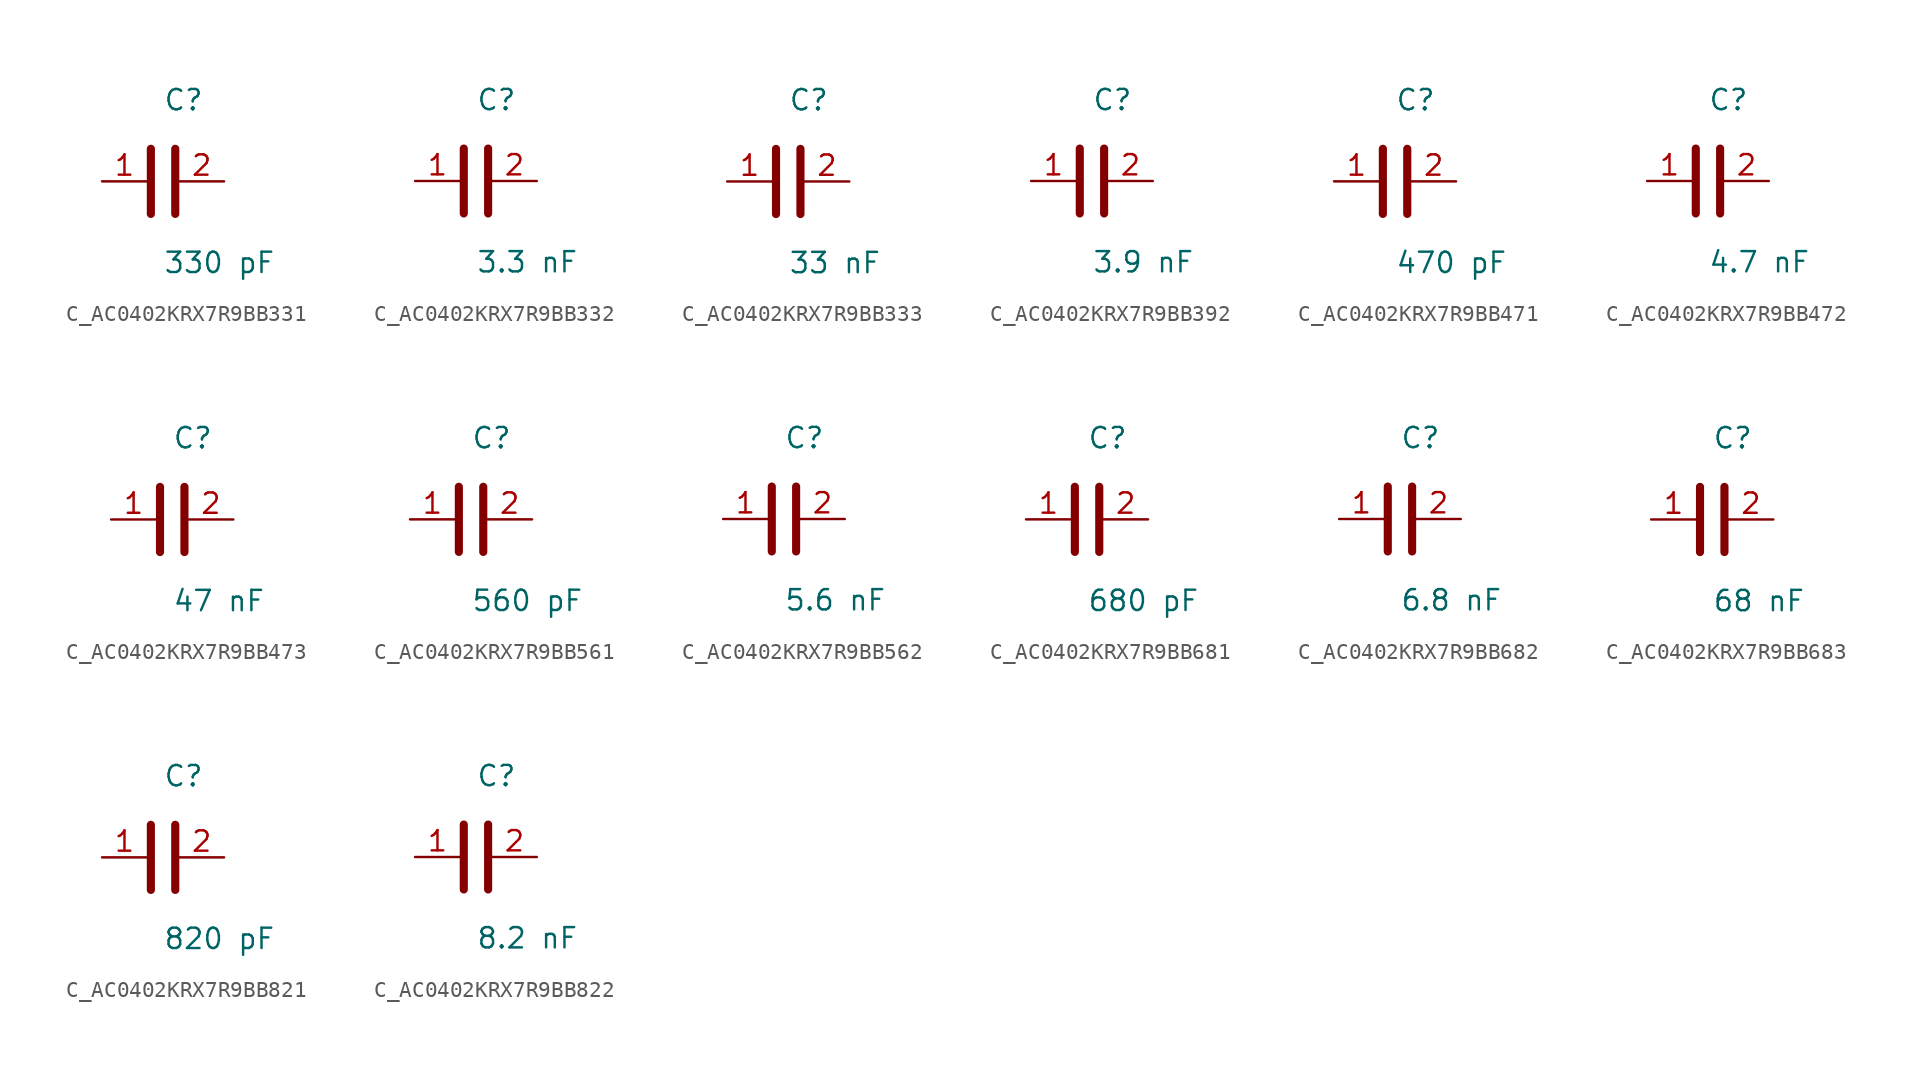
<source format=kicad_sym>
(kicad_symbol_lib
  (version 20231120)
  (generator kicad_symbol_editor)
  (generator_version 8.0)
  (symbol "C_AC0402KRX7R9BB331"
    (pin_names
      (offset 0.254))
    (property "Reference" "C"
      (at 0.0 5.08 0)
      (effects (font (size 1.27 1.27)) (justify left)))
    (property "Value" "330 pF"
      (at 0.0 -5.08 0)
      (effects (font (size 1.27 1.27)) (justify left)))
    (symbol "C_AC0402KRX7R9BB331_0_1"
      (polyline (pts (xy -0.762 -2.032) (xy -0.762 2.032)) (stroke (width 0.508) (type default)) (fill (type none)))
      (polyline (pts (xy 0.762 -2.032) (xy 0.762 2.032)) (stroke (width 0.508) (type default)) (fill (type none))))
    (pin unspecified line
      (at -3.81 0 0)
      (length 2.8)
      (name "" (effects (font (size 1.27 1.27))))
      (number "1" (effects (font (size 1.27 1.27)))))
    (pin unspecified line
      (at 3.81 0 180)
      (length 2.8)
      (name "" (effects (font (size 1.27 1.27))))
      (number "2" (effects (font (size 1.27 1.27))))))
  (symbol "C_AC0402KRX7R9BB332"
    (pin_names
      (offset 0.254))
    (property "Reference" "C"
      (at 0.0 5.08 0)
      (effects (font (size 1.27 1.27)) (justify left)))
    (property "Value" "3.3 nF"
      (at 0.0 -5.08 0)
      (effects (font (size 1.27 1.27)) (justify left)))
    (symbol "C_AC0402KRX7R9BB332_0_1"
      (polyline (pts (xy -0.762 -2.032) (xy -0.762 2.032)) (stroke (width 0.508) (type default)) (fill (type none)))
      (polyline (pts (xy 0.762 -2.032) (xy 0.762 2.032)) (stroke (width 0.508) (type default)) (fill (type none))))
    (pin unspecified line
      (at -3.81 0 0)
      (length 2.8)
      (name "" (effects (font (size 1.27 1.27))))
      (number "1" (effects (font (size 1.27 1.27)))))
    (pin unspecified line
      (at 3.81 0 180)
      (length 2.8)
      (name "" (effects (font (size 1.27 1.27))))
      (number "2" (effects (font (size 1.27 1.27))))))
  (symbol "C_AC0402KRX7R9BB333"
    (pin_names
      (offset 0.254))
    (property "Reference" "C"
      (at 0.0 5.08 0)
      (effects (font (size 1.27 1.27)) (justify left)))
    (property "Value" "33 nF"
      (at 0.0 -5.08 0)
      (effects (font (size 1.27 1.27)) (justify left)))
    (symbol "C_AC0402KRX7R9BB333_0_1"
      (polyline (pts (xy -0.762 -2.032) (xy -0.762 2.032)) (stroke (width 0.508) (type default)) (fill (type none)))
      (polyline (pts (xy 0.762 -2.032) (xy 0.762 2.032)) (stroke (width 0.508) (type default)) (fill (type none))))
    (pin unspecified line
      (at -3.81 0 0)
      (length 2.8)
      (name "" (effects (font (size 1.27 1.27))))
      (number "1" (effects (font (size 1.27 1.27)))))
    (pin unspecified line
      (at 3.81 0 180)
      (length 2.8)
      (name "" (effects (font (size 1.27 1.27))))
      (number "2" (effects (font (size 1.27 1.27))))))
  (symbol "C_AC0402KRX7R9BB392"
    (pin_names
      (offset 0.254))
    (property "Reference" "C"
      (at 0.0 5.08 0)
      (effects (font (size 1.27 1.27)) (justify left)))
    (property "Value" "3.9 nF"
      (at 0.0 -5.08 0)
      (effects (font (size 1.27 1.27)) (justify left)))
    (symbol "C_AC0402KRX7R9BB392_0_1"
      (polyline (pts (xy -0.762 -2.032) (xy -0.762 2.032)) (stroke (width 0.508) (type default)) (fill (type none)))
      (polyline (pts (xy 0.762 -2.032) (xy 0.762 2.032)) (stroke (width 0.508) (type default)) (fill (type none))))
    (pin unspecified line
      (at -3.81 0 0)
      (length 2.8)
      (name "" (effects (font (size 1.27 1.27))))
      (number "1" (effects (font (size 1.27 1.27)))))
    (pin unspecified line
      (at 3.81 0 180)
      (length 2.8)
      (name "" (effects (font (size 1.27 1.27))))
      (number "2" (effects (font (size 1.27 1.27))))))
  (symbol "C_AC0402KRX7R9BB471"
    (pin_names
      (offset 0.254))
    (property "Reference" "C"
      (at 0.0 5.08 0)
      (effects (font (size 1.27 1.27)) (justify left)))
    (property "Value" "470 pF"
      (at 0.0 -5.08 0)
      (effects (font (size 1.27 1.27)) (justify left)))
    (symbol "C_AC0402KRX7R9BB471_0_1"
      (polyline (pts (xy -0.762 -2.032) (xy -0.762 2.032)) (stroke (width 0.508) (type default)) (fill (type none)))
      (polyline (pts (xy 0.762 -2.032) (xy 0.762 2.032)) (stroke (width 0.508) (type default)) (fill (type none))))
    (pin unspecified line
      (at -3.81 0 0)
      (length 2.8)
      (name "" (effects (font (size 1.27 1.27))))
      (number "1" (effects (font (size 1.27 1.27)))))
    (pin unspecified line
      (at 3.81 0 180)
      (length 2.8)
      (name "" (effects (font (size 1.27 1.27))))
      (number "2" (effects (font (size 1.27 1.27))))))
  (symbol "C_AC0402KRX7R9BB472"
    (pin_names
      (offset 0.254))
    (property "Reference" "C"
      (at 0.0 5.08 0)
      (effects (font (size 1.27 1.27)) (justify left)))
    (property "Value" "4.7 nF"
      (at 0.0 -5.08 0)
      (effects (font (size 1.27 1.27)) (justify left)))
    (symbol "C_AC0402KRX7R9BB472_0_1"
      (polyline (pts (xy -0.762 -2.032) (xy -0.762 2.032)) (stroke (width 0.508) (type default)) (fill (type none)))
      (polyline (pts (xy 0.762 -2.032) (xy 0.762 2.032)) (stroke (width 0.508) (type default)) (fill (type none))))
    (pin unspecified line
      (at -3.81 0 0)
      (length 2.8)
      (name "" (effects (font (size 1.27 1.27))))
      (number "1" (effects (font (size 1.27 1.27)))))
    (pin unspecified line
      (at 3.81 0 180)
      (length 2.8)
      (name "" (effects (font (size 1.27 1.27))))
      (number "2" (effects (font (size 1.27 1.27))))))
  (symbol "C_AC0402KRX7R9BB473"
    (pin_names
      (offset 0.254))
    (property "Reference" "C"
      (at 0.0 5.08 0)
      (effects (font (size 1.27 1.27)) (justify left)))
    (property "Value" "47 nF"
      (at 0.0 -5.08 0)
      (effects (font (size 1.27 1.27)) (justify left)))
    (symbol "C_AC0402KRX7R9BB473_0_1"
      (polyline (pts (xy -0.762 -2.032) (xy -0.762 2.032)) (stroke (width 0.508) (type default)) (fill (type none)))
      (polyline (pts (xy 0.762 -2.032) (xy 0.762 2.032)) (stroke (width 0.508) (type default)) (fill (type none))))
    (pin unspecified line
      (at -3.81 0 0)
      (length 2.8)
      (name "" (effects (font (size 1.27 1.27))))
      (number "1" (effects (font (size 1.27 1.27)))))
    (pin unspecified line
      (at 3.81 0 180)
      (length 2.8)
      (name "" (effects (font (size 1.27 1.27))))
      (number "2" (effects (font (size 1.27 1.27))))))
  (symbol "C_AC0402KRX7R9BB561"
    (pin_names
      (offset 0.254))
    (property "Reference" "C"
      (at 0.0 5.08 0)
      (effects (font (size 1.27 1.27)) (justify left)))
    (property "Value" "560 pF"
      (at 0.0 -5.08 0)
      (effects (font (size 1.27 1.27)) (justify left)))
    (symbol "C_AC0402KRX7R9BB561_0_1"
      (polyline (pts (xy -0.762 -2.032) (xy -0.762 2.032)) (stroke (width 0.508) (type default)) (fill (type none)))
      (polyline (pts (xy 0.762 -2.032) (xy 0.762 2.032)) (stroke (width 0.508) (type default)) (fill (type none))))
    (pin unspecified line
      (at -3.81 0 0)
      (length 2.8)
      (name "" (effects (font (size 1.27 1.27))))
      (number "1" (effects (font (size 1.27 1.27)))))
    (pin unspecified line
      (at 3.81 0 180)
      (length 2.8)
      (name "" (effects (font (size 1.27 1.27))))
      (number "2" (effects (font (size 1.27 1.27))))))
  (symbol "C_AC0402KRX7R9BB562"
    (pin_names
      (offset 0.254))
    (property "Reference" "C"
      (at 0.0 5.08 0)
      (effects (font (size 1.27 1.27)) (justify left)))
    (property "Value" "5.6 nF"
      (at 0.0 -5.08 0)
      (effects (font (size 1.27 1.27)) (justify left)))
    (symbol "C_AC0402KRX7R9BB562_0_1"
      (polyline (pts (xy -0.762 -2.032) (xy -0.762 2.032)) (stroke (width 0.508) (type default)) (fill (type none)))
      (polyline (pts (xy 0.762 -2.032) (xy 0.762 2.032)) (stroke (width 0.508) (type default)) (fill (type none))))
    (pin unspecified line
      (at -3.81 0 0)
      (length 2.8)
      (name "" (effects (font (size 1.27 1.27))))
      (number "1" (effects (font (size 1.27 1.27)))))
    (pin unspecified line
      (at 3.81 0 180)
      (length 2.8)
      (name "" (effects (font (size 1.27 1.27))))
      (number "2" (effects (font (size 1.27 1.27))))))
  (symbol "C_AC0402KRX7R9BB681"
    (pin_names
      (offset 0.254))
    (property "Reference" "C"
      (at 0.0 5.08 0)
      (effects (font (size 1.27 1.27)) (justify left)))
    (property "Value" "680 pF"
      (at 0.0 -5.08 0)
      (effects (font (size 1.27 1.27)) (justify left)))
    (symbol "C_AC0402KRX7R9BB681_0_1"
      (polyline (pts (xy -0.762 -2.032) (xy -0.762 2.032)) (stroke (width 0.508) (type default)) (fill (type none)))
      (polyline (pts (xy 0.762 -2.032) (xy 0.762 2.032)) (stroke (width 0.508) (type default)) (fill (type none))))
    (pin unspecified line
      (at -3.81 0 0)
      (length 2.8)
      (name "" (effects (font (size 1.27 1.27))))
      (number "1" (effects (font (size 1.27 1.27)))))
    (pin unspecified line
      (at 3.81 0 180)
      (length 2.8)
      (name "" (effects (font (size 1.27 1.27))))
      (number "2" (effects (font (size 1.27 1.27))))))
  (symbol "C_AC0402KRX7R9BB682"
    (pin_names
      (offset 0.254))
    (property "Reference" "C"
      (at 0.0 5.08 0)
      (effects (font (size 1.27 1.27)) (justify left)))
    (property "Value" "6.8 nF"
      (at 0.0 -5.08 0)
      (effects (font (size 1.27 1.27)) (justify left)))
    (symbol "C_AC0402KRX7R9BB682_0_1"
      (polyline (pts (xy -0.762 -2.032) (xy -0.762 2.032)) (stroke (width 0.508) (type default)) (fill (type none)))
      (polyline (pts (xy 0.762 -2.032) (xy 0.762 2.032)) (stroke (width 0.508) (type default)) (fill (type none))))
    (pin unspecified line
      (at -3.81 0 0)
      (length 2.8)
      (name "" (effects (font (size 1.27 1.27))))
      (number "1" (effects (font (size 1.27 1.27)))))
    (pin unspecified line
      (at 3.81 0 180)
      (length 2.8)
      (name "" (effects (font (size 1.27 1.27))))
      (number "2" (effects (font (size 1.27 1.27))))))
  (symbol "C_AC0402KRX7R9BB683"
    (pin_names
      (offset 0.254))
    (property "Reference" "C"
      (at 0.0 5.08 0)
      (effects (font (size 1.27 1.27)) (justify left)))
    (property "Value" "68 nF"
      (at 0.0 -5.08 0)
      (effects (font (size 1.27 1.27)) (justify left)))
    (symbol "C_AC0402KRX7R9BB683_0_1"
      (polyline (pts (xy -0.762 -2.032) (xy -0.762 2.032)) (stroke (width 0.508) (type default)) (fill (type none)))
      (polyline (pts (xy 0.762 -2.032) (xy 0.762 2.032)) (stroke (width 0.508) (type default)) (fill (type none))))
    (pin unspecified line
      (at -3.81 0 0)
      (length 2.8)
      (name "" (effects (font (size 1.27 1.27))))
      (number "1" (effects (font (size 1.27 1.27)))))
    (pin unspecified line
      (at 3.81 0 180)
      (length 2.8)
      (name "" (effects (font (size 1.27 1.27))))
      (number "2" (effects (font (size 1.27 1.27))))))
  (symbol "C_AC0402KRX7R9BB821"
    (pin_names
      (offset 0.254))
    (property "Reference" "C"
      (at 0.0 5.08 0)
      (effects (font (size 1.27 1.27)) (justify left)))
    (property "Value" "820 pF"
      (at 0.0 -5.08 0)
      (effects (font (size 1.27 1.27)) (justify left)))
    (symbol "C_AC0402KRX7R9BB821_0_1"
      (polyline (pts (xy -0.762 -2.032) (xy -0.762 2.032)) (stroke (width 0.508) (type default)) (fill (type none)))
      (polyline (pts (xy 0.762 -2.032) (xy 0.762 2.032)) (stroke (width 0.508) (type default)) (fill (type none))))
    (pin unspecified line
      (at -3.81 0 0)
      (length 2.8)
      (name "" (effects (font (size 1.27 1.27))))
      (number "1" (effects (font (size 1.27 1.27)))))
    (pin unspecified line
      (at 3.81 0 180)
      (length 2.8)
      (name "" (effects (font (size 1.27 1.27))))
      (number "2" (effects (font (size 1.27 1.27))))))
  (symbol "C_AC0402KRX7R9BB822"
    (pin_names
      (offset 0.254))
    (property "Reference" "C"
      (at 0.0 5.08 0)
      (effects (font (size 1.27 1.27)) (justify left)))
    (property "Value" "8.2 nF"
      (at 0.0 -5.08 0)
      (effects (font (size 1.27 1.27)) (justify left)))
    (symbol "C_AC0402KRX7R9BB822_0_1"
      (polyline (pts (xy -0.762 -2.032) (xy -0.762 2.032)) (stroke (width 0.508) (type default)) (fill (type none)))
      (polyline (pts (xy 0.762 -2.032) (xy 0.762 2.032)) (stroke (width 0.508) (type default)) (fill (type none))))
    (pin unspecified line
      (at -3.81 0 0)
      (length 2.8)
      (name "" (effects (font (size 1.27 1.27))))
      (number "1" (effects (font (size 1.27 1.27)))))
    (pin unspecified line
      (at 3.81 0 180)
      (length 2.8)
      (name "" (effects (font (size 1.27 1.27))))
      (number "2" (effects (font (size 1.27 1.27)))))))
</source>
